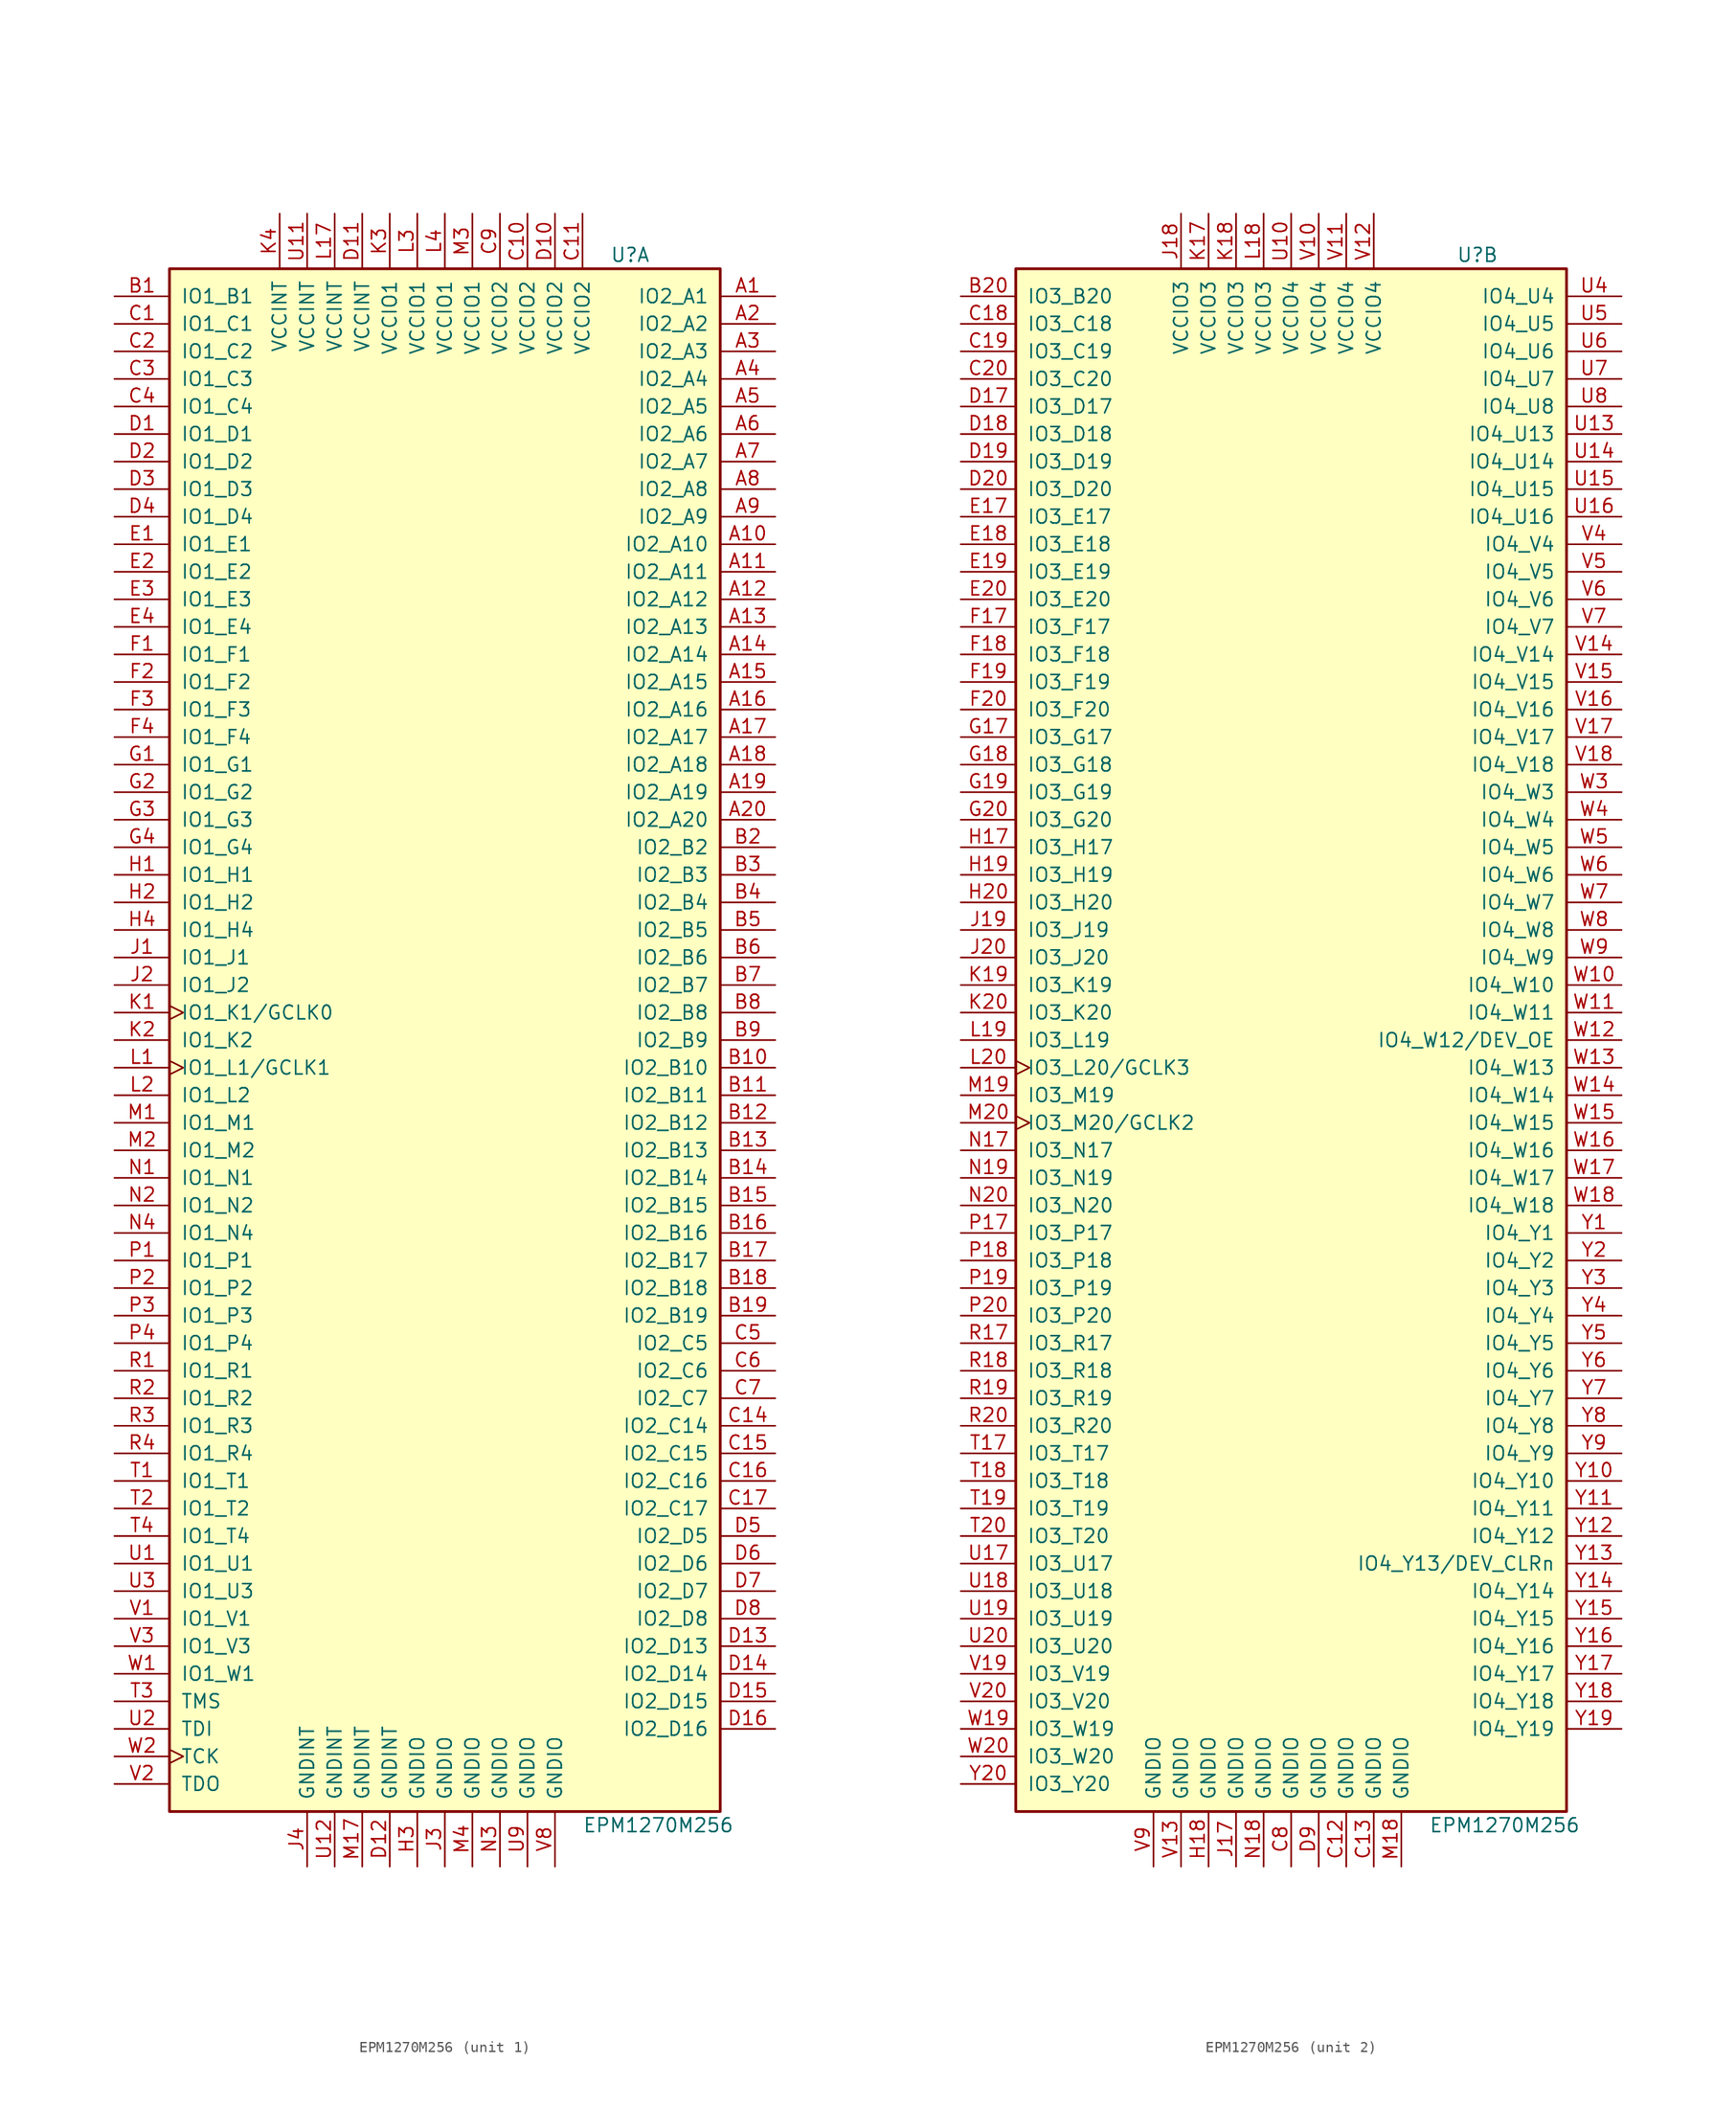
<source format=kicad_sym>
(kicad_symbol_lib
  (version 20241209)
  (generator "kicad_symbol_editor")
  (generator_version "9.0")
  (symbol "EPM1270M256"
    (pin_names
      (offset 1.016))
    (property "Reference" "U"
      (at 15.24 72.39 0)
      (effects (font (size 1.27 1.27)) (justify left)))
    (property "Value" "EPM1270M256"
      (at 12.7 -72.39 0)
      (effects (font (size 1.27 1.27)) (justify left)))
    (property "ki_locked" ""
      (at 0 0 0)
      (effects (font (size 1.27 1.27))))
    (symbol "EPM1270M256_1_1"
      (rectangle (start -25.4 71.12) (end 25.4 -71.12) (stroke (width 0.254) (type default)) (fill (type background)))
      (pin bidirectional line (at -30.48 68.58 0) (length 5.08) (name "IO1_B1" (effects (font (size 1.27 1.27)))) (number "B1" (effects (font (size 1.27 1.27)))))
      (pin bidirectional line (at -30.48 66.04 0) (length 5.08) (name "IO1_C1" (effects (font (size 1.27 1.27)))) (number "C1" (effects (font (size 1.27 1.27)))))
      (pin bidirectional line (at -30.48 63.5 0) (length 5.08) (name "IO1_C2" (effects (font (size 1.27 1.27)))) (number "C2" (effects (font (size 1.27 1.27)))))
      (pin bidirectional line (at -30.48 60.96 0) (length 5.08) (name "IO1_C3" (effects (font (size 1.27 1.27)))) (number "C3" (effects (font (size 1.27 1.27)))))
      (pin bidirectional line (at -30.48 58.42 0) (length 5.08) (name "IO1_C4" (effects (font (size 1.27 1.27)))) (number "C4" (effects (font (size 1.27 1.27)))))
      (pin bidirectional line (at -30.48 55.88 0) (length 5.08) (name "IO1_D1" (effects (font (size 1.27 1.27)))) (number "D1" (effects (font (size 1.27 1.27)))))
      (pin bidirectional line (at -30.48 53.34 0) (length 5.08) (name "IO1_D2" (effects (font (size 1.27 1.27)))) (number "D2" (effects (font (size 1.27 1.27)))))
      (pin bidirectional line (at -30.48 50.8 0) (length 5.08) (name "IO1_D3" (effects (font (size 1.27 1.27)))) (number "D3" (effects (font (size 1.27 1.27)))))
      (pin bidirectional line (at -30.48 48.26 0) (length 5.08) (name "IO1_D4" (effects (font (size 1.27 1.27)))) (number "D4" (effects (font (size 1.27 1.27)))))
      (pin bidirectional line (at -30.48 45.72 0) (length 5.08) (name "IO1_E1" (effects (font (size 1.27 1.27)))) (number "E1" (effects (font (size 1.27 1.27)))))
      (pin bidirectional line (at -30.48 43.18 0) (length 5.08) (name "IO1_E2" (effects (font (size 1.27 1.27)))) (number "E2" (effects (font (size 1.27 1.27)))))
      (pin bidirectional line (at -30.48 40.64 0) (length 5.08) (name "IO1_E3" (effects (font (size 1.27 1.27)))) (number "E3" (effects (font (size 1.27 1.27)))))
      (pin bidirectional line (at -30.48 38.1 0) (length 5.08) (name "IO1_E4" (effects (font (size 1.27 1.27)))) (number "E4" (effects (font (size 1.27 1.27)))))
      (pin bidirectional line (at -30.48 35.56 0) (length 5.08) (name "IO1_F1" (effects (font (size 1.27 1.27)))) (number "F1" (effects (font (size 1.27 1.27)))))
      (pin bidirectional line (at -30.48 33.02 0) (length 5.08) (name "IO1_F2" (effects (font (size 1.27 1.27)))) (number "F2" (effects (font (size 1.27 1.27)))))
      (pin bidirectional line (at -30.48 30.48 0) (length 5.08) (name "IO1_F3" (effects (font (size 1.27 1.27)))) (number "F3" (effects (font (size 1.27 1.27)))))
      (pin bidirectional line (at -30.48 27.94 0) (length 5.08) (name "IO1_F4" (effects (font (size 1.27 1.27)))) (number "F4" (effects (font (size 1.27 1.27)))))
      (pin bidirectional line (at -30.48 25.4 0) (length 5.08) (name "IO1_G1" (effects (font (size 1.27 1.27)))) (number "G1" (effects (font (size 1.27 1.27)))))
      (pin bidirectional line (at -30.48 22.86 0) (length 5.08) (name "IO1_G2" (effects (font (size 1.27 1.27)))) (number "G2" (effects (font (size 1.27 1.27)))))
      (pin bidirectional line (at -30.48 20.32 0) (length 5.08) (name "IO1_G3" (effects (font (size 1.27 1.27)))) (number "G3" (effects (font (size 1.27 1.27)))))
      (pin bidirectional line (at -30.48 17.78 0) (length 5.08) (name "IO1_G4" (effects (font (size 1.27 1.27)))) (number "G4" (effects (font (size 1.27 1.27)))))
      (pin bidirectional line (at -30.48 15.24 0) (length 5.08) (name "IO1_H1" (effects (font (size 1.27 1.27)))) (number "H1" (effects (font (size 1.27 1.27)))))
      (pin bidirectional line (at -30.48 12.7 0) (length 5.08) (name "IO1_H2" (effects (font (size 1.27 1.27)))) (number "H2" (effects (font (size 1.27 1.27)))))
      (pin bidirectional line (at -30.48 10.16 0) (length 5.08) (name "IO1_H4" (effects (font (size 1.27 1.27)))) (number "H4" (effects (font (size 1.27 1.27)))))
      (pin bidirectional line (at -30.48 7.62 0) (length 5.08) (name "IO1_J1" (effects (font (size 1.27 1.27)))) (number "J1" (effects (font (size 1.27 1.27)))))
      (pin bidirectional line (at -30.48 5.08 0) (length 5.08) (name "IO1_J2" (effects (font (size 1.27 1.27)))) (number "J2" (effects (font (size 1.27 1.27)))))
      (pin bidirectional clock (at -30.48 2.54 0) (length 5.08) (name "IO1_K1/GCLK0" (effects (font (size 1.27 1.27)))) (number "K1" (effects (font (size 1.27 1.27)))))
      (pin bidirectional line (at -30.48 0 0) (length 5.08) (name "IO1_K2" (effects (font (size 1.27 1.27)))) (number "K2" (effects (font (size 1.27 1.27)))))
      (pin bidirectional clock (at -30.48 -2.54 0) (length 5.08) (name "IO1_L1/GCLK1" (effects (font (size 1.27 1.27)))) (number "L1" (effects (font (size 1.27 1.27)))))
      (pin bidirectional line (at -30.48 -5.08 0) (length 5.08) (name "IO1_L2" (effects (font (size 1.27 1.27)))) (number "L2" (effects (font (size 1.27 1.27)))))
      (pin bidirectional line (at -30.48 -7.62 0) (length 5.08) (name "IO1_M1" (effects (font (size 1.27 1.27)))) (number "M1" (effects (font (size 1.27 1.27)))))
      (pin bidirectional line (at -30.48 -10.16 0) (length 5.08) (name "IO1_M2" (effects (font (size 1.27 1.27)))) (number "M2" (effects (font (size 1.27 1.27)))))
      (pin bidirectional line (at -30.48 -12.7 0) (length 5.08) (name "IO1_N1" (effects (font (size 1.27 1.27)))) (number "N1" (effects (font (size 1.27 1.27)))))
      (pin bidirectional line (at -30.48 -15.24 0) (length 5.08) (name "IO1_N2" (effects (font (size 1.27 1.27)))) (number "N2" (effects (font (size 1.27 1.27)))))
      (pin bidirectional line (at -30.48 -17.78 0) (length 5.08) (name "IO1_N4" (effects (font (size 1.27 1.27)))) (number "N4" (effects (font (size 1.27 1.27)))))
      (pin bidirectional line (at -30.48 -20.32 0) (length 5.08) (name "IO1_P1" (effects (font (size 1.27 1.27)))) (number "P1" (effects (font (size 1.27 1.27)))))
      (pin bidirectional line (at -30.48 -22.86 0) (length 5.08) (name "IO1_P2" (effects (font (size 1.27 1.27)))) (number "P2" (effects (font (size 1.27 1.27)))))
      (pin bidirectional line (at -30.48 -25.4 0) (length 5.08) (name "IO1_P3" (effects (font (size 1.27 1.27)))) (number "P3" (effects (font (size 1.27 1.27)))))
      (pin bidirectional line (at -30.48 -27.94 0) (length 5.08) (name "IO1_P4" (effects (font (size 1.27 1.27)))) (number "P4" (effects (font (size 1.27 1.27)))))
      (pin bidirectional line (at -30.48 -30.48 0) (length 5.08) (name "IO1_R1" (effects (font (size 1.27 1.27)))) (number "R1" (effects (font (size 1.27 1.27)))))
      (pin bidirectional line (at -30.48 -33.02 0) (length 5.08) (name "IO1_R2" (effects (font (size 1.27 1.27)))) (number "R2" (effects (font (size 1.27 1.27)))))
      (pin bidirectional line (at -30.48 -35.56 0) (length 5.08) (name "IO1_R3" (effects (font (size 1.27 1.27)))) (number "R3" (effects (font (size 1.27 1.27)))))
      (pin bidirectional line (at -30.48 -38.1 0) (length 5.08) (name "IO1_R4" (effects (font (size 1.27 1.27)))) (number "R4" (effects (font (size 1.27 1.27)))))
      (pin bidirectional line (at -30.48 -40.64 0) (length 5.08) (name "IO1_T1" (effects (font (size 1.27 1.27)))) (number "T1" (effects (font (size 1.27 1.27)))))
      (pin bidirectional line (at -30.48 -43.18 0) (length 5.08) (name "IO1_T2" (effects (font (size 1.27 1.27)))) (number "T2" (effects (font (size 1.27 1.27)))))
      (pin bidirectional line (at -30.48 -45.72 0) (length 5.08) (name "IO1_T4" (effects (font (size 1.27 1.27)))) (number "T4" (effects (font (size 1.27 1.27)))))
      (pin bidirectional line (at -30.48 -48.26 0) (length 5.08) (name "IO1_U1" (effects (font (size 1.27 1.27)))) (number "U1" (effects (font (size 1.27 1.27)))))
      (pin bidirectional line (at -30.48 -50.8 0) (length 5.08) (name "IO1_U3" (effects (font (size 1.27 1.27)))) (number "U3" (effects (font (size 1.27 1.27)))))
      (pin bidirectional line (at -30.48 -53.34 0) (length 5.08) (name "IO1_V1" (effects (font (size 1.27 1.27)))) (number "V1" (effects (font (size 1.27 1.27)))))
      (pin bidirectional line (at -30.48 -55.88 0) (length 5.08) (name "IO1_V3" (effects (font (size 1.27 1.27)))) (number "V3" (effects (font (size 1.27 1.27)))))
      (pin bidirectional line (at -30.48 -58.42 0) (length 5.08) (name "IO1_W1" (effects (font (size 1.27 1.27)))) (number "W1" (effects (font (size 1.27 1.27)))))
      (pin input line (at -30.48 -60.96 0) (length 5.08) (name "TMS" (effects (font (size 1.27 1.27)))) (number "T3" (effects (font (size 1.27 1.27)))))
      (pin input line (at -30.48 -63.5 0) (length 5.08) (name "TDI" (effects (font (size 1.27 1.27)))) (number "U2" (effects (font (size 1.27 1.27)))))
      (pin input clock (at -30.48 -66.04 0) (length 5.08) (name "TCK" (effects (font (size 1.27 1.27)))) (number "W2" (effects (font (size 1.27 1.27)))))
      (pin output line (at -30.48 -68.58 0) (length 5.08) (name "TDO" (effects (font (size 1.27 1.27)))) (number "V2" (effects (font (size 1.27 1.27)))))
      (pin power_in line (at -15.24 76.2 270) (length 5.08) (name "VCCINT" (effects (font (size 1.27 1.27)))) (number "K4" (effects (font (size 1.27 1.27)))))
      (pin power_in line (at -12.7 76.2 270) (length 5.08) (name "VCCINT" (effects (font (size 1.27 1.27)))) (number "U11" (effects (font (size 1.27 1.27)))))
      (pin power_in line (at -12.7 -76.2 90) (length 5.08) (name "GNDINT" (effects (font (size 1.27 1.27)))) (number "J4" (effects (font (size 1.27 1.27)))))
      (pin power_in line (at -10.16 76.2 270) (length 5.08) (name "VCCINT" (effects (font (size 1.27 1.27)))) (number "L17" (effects (font (size 1.27 1.27)))))
      (pin power_in line (at -10.16 -76.2 90) (length 5.08) (name "GNDINT" (effects (font (size 1.27 1.27)))) (number "U12" (effects (font (size 1.27 1.27)))))
      (pin power_in line (at -7.62 76.2 270) (length 5.08) (name "VCCINT" (effects (font (size 1.27 1.27)))) (number "D11" (effects (font (size 1.27 1.27)))))
      (pin power_in line (at -7.62 -76.2 90) (length 5.08) (name "GNDINT" (effects (font (size 1.27 1.27)))) (number "M17" (effects (font (size 1.27 1.27)))))
      (pin power_in line (at -5.08 76.2 270) (length 5.08) (name "VCCIO1" (effects (font (size 1.27 1.27)))) (number "K3" (effects (font (size 1.27 1.27)))))
      (pin power_in line (at -5.08 -76.2 90) (length 5.08) (name "GNDINT" (effects (font (size 1.27 1.27)))) (number "D12" (effects (font (size 1.27 1.27)))))
      (pin power_in line (at -2.54 76.2 270) (length 5.08) (name "VCCIO1" (effects (font (size 1.27 1.27)))) (number "L3" (effects (font (size 1.27 1.27)))))
      (pin power_in line (at -2.54 -76.2 90) (length 5.08) (name "GNDIO" (effects (font (size 1.27 1.27)))) (number "H3" (effects (font (size 1.27 1.27)))))
      (pin power_in line (at 0 76.2 270) (length 5.08) (name "VCCIO1" (effects (font (size 1.27 1.27)))) (number "L4" (effects (font (size 1.27 1.27)))))
      (pin power_in line (at 0 -76.2 90) (length 5.08) (name "GNDIO" (effects (font (size 1.27 1.27)))) (number "J3" (effects (font (size 1.27 1.27)))))
      (pin power_in line (at 2.54 76.2 270) (length 5.08) (name "VCCIO1" (effects (font (size 1.27 1.27)))) (number "M3" (effects (font (size 1.27 1.27)))))
      (pin power_in line (at 2.54 -76.2 90) (length 5.08) (name "GNDIO" (effects (font (size 1.27 1.27)))) (number "M4" (effects (font (size 1.27 1.27)))))
      (pin power_in line (at 5.08 76.2 270) (length 5.08) (name "VCCIO2" (effects (font (size 1.27 1.27)))) (number "C9" (effects (font (size 1.27 1.27)))))
      (pin power_in line (at 5.08 -76.2 90) (length 5.08) (name "GNDIO" (effects (font (size 1.27 1.27)))) (number "N3" (effects (font (size 1.27 1.27)))))
      (pin power_in line (at 7.62 76.2 270) (length 5.08) (name "VCCIO2" (effects (font (size 1.27 1.27)))) (number "C10" (effects (font (size 1.27 1.27)))))
      (pin power_in line (at 7.62 -76.2 90) (length 5.08) (name "GNDIO" (effects (font (size 1.27 1.27)))) (number "U9" (effects (font (size 1.27 1.27)))))
      (pin power_in line (at 10.16 76.2 270) (length 5.08) (name "VCCIO2" (effects (font (size 1.27 1.27)))) (number "D10" (effects (font (size 1.27 1.27)))))
      (pin power_in line (at 10.16 -76.2 90) (length 5.08) (name "GNDIO" (effects (font (size 1.27 1.27)))) (number "V8" (effects (font (size 1.27 1.27)))))
      (pin power_in line (at 12.7 76.2 270) (length 5.08) (name "VCCIO2" (effects (font (size 1.27 1.27)))) (number "C11" (effects (font (size 1.27 1.27)))))
      (pin bidirectional line (at 30.48 68.58 180) (length 5.08) (name "IO2_A1" (effects (font (size 1.27 1.27)))) (number "A1" (effects (font (size 1.27 1.27)))))
      (pin bidirectional line (at 30.48 66.04 180) (length 5.08) (name "IO2_A2" (effects (font (size 1.27 1.27)))) (number "A2" (effects (font (size 1.27 1.27)))))
      (pin bidirectional line (at 30.48 63.5 180) (length 5.08) (name "IO2_A3" (effects (font (size 1.27 1.27)))) (number "A3" (effects (font (size 1.27 1.27)))))
      (pin bidirectional line (at 30.48 60.96 180) (length 5.08) (name "IO2_A4" (effects (font (size 1.27 1.27)))) (number "A4" (effects (font (size 1.27 1.27)))))
      (pin bidirectional line (at 30.48 58.42 180) (length 5.08) (name "IO2_A5" (effects (font (size 1.27 1.27)))) (number "A5" (effects (font (size 1.27 1.27)))))
      (pin bidirectional line (at 30.48 55.88 180) (length 5.08) (name "IO2_A6" (effects (font (size 1.27 1.27)))) (number "A6" (effects (font (size 1.27 1.27)))))
      (pin bidirectional line (at 30.48 53.34 180) (length 5.08) (name "IO2_A7" (effects (font (size 1.27 1.27)))) (number "A7" (effects (font (size 1.27 1.27)))))
      (pin bidirectional line (at 30.48 50.8 180) (length 5.08) (name "IO2_A8" (effects (font (size 1.27 1.27)))) (number "A8" (effects (font (size 1.27 1.27)))))
      (pin bidirectional line (at 30.48 48.26 180) (length 5.08) (name "IO2_A9" (effects (font (size 1.27 1.27)))) (number "A9" (effects (font (size 1.27 1.27)))))
      (pin bidirectional line (at 30.48 45.72 180) (length 5.08) (name "IO2_A10" (effects (font (size 1.27 1.27)))) (number "A10" (effects (font (size 1.27 1.27)))))
      (pin bidirectional line (at 30.48 43.18 180) (length 5.08) (name "IO2_A11" (effects (font (size 1.27 1.27)))) (number "A11" (effects (font (size 1.27 1.27)))))
      (pin bidirectional line (at 30.48 40.64 180) (length 5.08) (name "IO2_A12" (effects (font (size 1.27 1.27)))) (number "A12" (effects (font (size 1.27 1.27)))))
      (pin bidirectional line (at 30.48 38.1 180) (length 5.08) (name "IO2_A13" (effects (font (size 1.27 1.27)))) (number "A13" (effects (font (size 1.27 1.27)))))
      (pin bidirectional line (at 30.48 35.56 180) (length 5.08) (name "IO2_A14" (effects (font (size 1.27 1.27)))) (number "A14" (effects (font (size 1.27 1.27)))))
      (pin bidirectional line (at 30.48 33.02 180) (length 5.08) (name "IO2_A15" (effects (font (size 1.27 1.27)))) (number "A15" (effects (font (size 1.27 1.27)))))
      (pin bidirectional line (at 30.48 30.48 180) (length 5.08) (name "IO2_A16" (effects (font (size 1.27 1.27)))) (number "A16" (effects (font (size 1.27 1.27)))))
      (pin bidirectional line (at 30.48 27.94 180) (length 5.08) (name "IO2_A17" (effects (font (size 1.27 1.27)))) (number "A17" (effects (font (size 1.27 1.27)))))
      (pin bidirectional line (at 30.48 25.4 180) (length 5.08) (name "IO2_A18" (effects (font (size 1.27 1.27)))) (number "A18" (effects (font (size 1.27 1.27)))))
      (pin bidirectional line (at 30.48 22.86 180) (length 5.08) (name "IO2_A19" (effects (font (size 1.27 1.27)))) (number "A19" (effects (font (size 1.27 1.27)))))
      (pin bidirectional line (at 30.48 20.32 180) (length 5.08) (name "IO2_A20" (effects (font (size 1.27 1.27)))) (number "A20" (effects (font (size 1.27 1.27)))))
      (pin bidirectional line (at 30.48 17.78 180) (length 5.08) (name "IO2_B2" (effects (font (size 1.27 1.27)))) (number "B2" (effects (font (size 1.27 1.27)))))
      (pin bidirectional line (at 30.48 15.24 180) (length 5.08) (name "IO2_B3" (effects (font (size 1.27 1.27)))) (number "B3" (effects (font (size 1.27 1.27)))))
      (pin bidirectional line (at 30.48 12.7 180) (length 5.08) (name "IO2_B4" (effects (font (size 1.27 1.27)))) (number "B4" (effects (font (size 1.27 1.27)))))
      (pin bidirectional line (at 30.48 10.16 180) (length 5.08) (name "IO2_B5" (effects (font (size 1.27 1.27)))) (number "B5" (effects (font (size 1.27 1.27)))))
      (pin bidirectional line (at 30.48 7.62 180) (length 5.08) (name "IO2_B6" (effects (font (size 1.27 1.27)))) (number "B6" (effects (font (size 1.27 1.27)))))
      (pin bidirectional line (at 30.48 5.08 180) (length 5.08) (name "IO2_B7" (effects (font (size 1.27 1.27)))) (number "B7" (effects (font (size 1.27 1.27)))))
      (pin bidirectional line (at 30.48 2.54 180) (length 5.08) (name "IO2_B8" (effects (font (size 1.27 1.27)))) (number "B8" (effects (font (size 1.27 1.27)))))
      (pin bidirectional line (at 30.48 0 180) (length 5.08) (name "IO2_B9" (effects (font (size 1.27 1.27)))) (number "B9" (effects (font (size 1.27 1.27)))))
      (pin bidirectional line (at 30.48 -2.54 180) (length 5.08) (name "IO2_B10" (effects (font (size 1.27 1.27)))) (number "B10" (effects (font (size 1.27 1.27)))))
      (pin bidirectional line (at 30.48 -5.08 180) (length 5.08) (name "IO2_B11" (effects (font (size 1.27 1.27)))) (number "B11" (effects (font (size 1.27 1.27)))))
      (pin bidirectional line (at 30.48 -7.62 180) (length 5.08) (name "IO2_B12" (effects (font (size 1.27 1.27)))) (number "B12" (effects (font (size 1.27 1.27)))))
      (pin bidirectional line (at 30.48 -10.16 180) (length 5.08) (name "IO2_B13" (effects (font (size 1.27 1.27)))) (number "B13" (effects (font (size 1.27 1.27)))))
      (pin bidirectional line (at 30.48 -12.7 180) (length 5.08) (name "IO2_B14" (effects (font (size 1.27 1.27)))) (number "B14" (effects (font (size 1.27 1.27)))))
      (pin bidirectional line (at 30.48 -15.24 180) (length 5.08) (name "IO2_B15" (effects (font (size 1.27 1.27)))) (number "B15" (effects (font (size 1.27 1.27)))))
      (pin bidirectional line (at 30.48 -17.78 180) (length 5.08) (name "IO2_B16" (effects (font (size 1.27 1.27)))) (number "B16" (effects (font (size 1.27 1.27)))))
      (pin bidirectional line (at 30.48 -20.32 180) (length 5.08) (name "IO2_B17" (effects (font (size 1.27 1.27)))) (number "B17" (effects (font (size 1.27 1.27)))))
      (pin bidirectional line (at 30.48 -22.86 180) (length 5.08) (name "IO2_B18" (effects (font (size 1.27 1.27)))) (number "B18" (effects (font (size 1.27 1.27)))))
      (pin bidirectional line (at 30.48 -25.4 180) (length 5.08) (name "IO2_B19" (effects (font (size 1.27 1.27)))) (number "B19" (effects (font (size 1.27 1.27)))))
      (pin bidirectional line (at 30.48 -27.94 180) (length 5.08) (name "IO2_C5" (effects (font (size 1.27 1.27)))) (number "C5" (effects (font (size 1.27 1.27)))))
      (pin bidirectional line (at 30.48 -30.48 180) (length 5.08) (name "IO2_C6" (effects (font (size 1.27 1.27)))) (number "C6" (effects (font (size 1.27 1.27)))))
      (pin bidirectional line (at 30.48 -33.02 180) (length 5.08) (name "IO2_C7" (effects (font (size 1.27 1.27)))) (number "C7" (effects (font (size 1.27 1.27)))))
      (pin bidirectional line (at 30.48 -35.56 180) (length 5.08) (name "IO2_C14" (effects (font (size 1.27 1.27)))) (number "C14" (effects (font (size 1.27 1.27)))))
      (pin bidirectional line (at 30.48 -38.1 180) (length 5.08) (name "IO2_C15" (effects (font (size 1.27 1.27)))) (number "C15" (effects (font (size 1.27 1.27)))))
      (pin bidirectional line (at 30.48 -40.64 180) (length 5.08) (name "IO2_C16" (effects (font (size 1.27 1.27)))) (number "C16" (effects (font (size 1.27 1.27)))))
      (pin bidirectional line (at 30.48 -43.18 180) (length 5.08) (name "IO2_C17" (effects (font (size 1.27 1.27)))) (number "C17" (effects (font (size 1.27 1.27)))))
      (pin bidirectional line (at 30.48 -45.72 180) (length 5.08) (name "IO2_D5" (effects (font (size 1.27 1.27)))) (number "D5" (effects (font (size 1.27 1.27)))))
      (pin bidirectional line (at 30.48 -48.26 180) (length 5.08) (name "IO2_D6" (effects (font (size 1.27 1.27)))) (number "D6" (effects (font (size 1.27 1.27)))))
      (pin bidirectional line (at 30.48 -50.8 180) (length 5.08) (name "IO2_D7" (effects (font (size 1.27 1.27)))) (number "D7" (effects (font (size 1.27 1.27)))))
      (pin bidirectional line (at 30.48 -53.34 180) (length 5.08) (name "IO2_D8" (effects (font (size 1.27 1.27)))) (number "D8" (effects (font (size 1.27 1.27)))))
      (pin bidirectional line (at 30.48 -55.88 180) (length 5.08) (name "IO2_D13" (effects (font (size 1.27 1.27)))) (number "D13" (effects (font (size 1.27 1.27)))))
      (pin bidirectional line (at 30.48 -58.42 180) (length 5.08) (name "IO2_D14" (effects (font (size 1.27 1.27)))) (number "D14" (effects (font (size 1.27 1.27)))))
      (pin bidirectional line (at 30.48 -60.96 180) (length 5.08) (name "IO2_D15" (effects (font (size 1.27 1.27)))) (number "D15" (effects (font (size 1.27 1.27)))))
      (pin bidirectional line (at 30.48 -63.5 180) (length 5.08) (name "IO2_D16" (effects (font (size 1.27 1.27)))) (number "D16" (effects (font (size 1.27 1.27))))))
    (symbol "EPM1270M256_2_1"
      (rectangle (start -25.4 71.12) (end 25.4 -71.12) (stroke (width 0.254) (type default)) (fill (type background)))
      (pin bidirectional line (at -30.48 68.58 0) (length 5.08) (name "IO3_B20" (effects (font (size 1.27 1.27)))) (number "B20" (effects (font (size 1.27 1.27)))))
      (pin bidirectional line (at -30.48 66.04 0) (length 5.08) (name "IO3_C18" (effects (font (size 1.27 1.27)))) (number "C18" (effects (font (size 1.27 1.27)))))
      (pin bidirectional line (at -30.48 63.5 0) (length 5.08) (name "IO3_C19" (effects (font (size 1.27 1.27)))) (number "C19" (effects (font (size 1.27 1.27)))))
      (pin bidirectional line (at -30.48 60.96 0) (length 5.08) (name "IO3_C20" (effects (font (size 1.27 1.27)))) (number "C20" (effects (font (size 1.27 1.27)))))
      (pin bidirectional line (at -30.48 58.42 0) (length 5.08) (name "IO3_D17" (effects (font (size 1.27 1.27)))) (number "D17" (effects (font (size 1.27 1.27)))))
      (pin bidirectional line (at -30.48 55.88 0) (length 5.08) (name "IO3_D18" (effects (font (size 1.27 1.27)))) (number "D18" (effects (font (size 1.27 1.27)))))
      (pin bidirectional line (at -30.48 53.34 0) (length 5.08) (name "IO3_D19" (effects (font (size 1.27 1.27)))) (number "D19" (effects (font (size 1.27 1.27)))))
      (pin bidirectional line (at -30.48 50.8 0) (length 5.08) (name "IO3_D20" (effects (font (size 1.27 1.27)))) (number "D20" (effects (font (size 1.27 1.27)))))
      (pin bidirectional line (at -30.48 48.26 0) (length 5.08) (name "IO3_E17" (effects (font (size 1.27 1.27)))) (number "E17" (effects (font (size 1.27 1.27)))))
      (pin bidirectional line (at -30.48 45.72 0) (length 5.08) (name "IO3_E18" (effects (font (size 1.27 1.27)))) (number "E18" (effects (font (size 1.27 1.27)))))
      (pin bidirectional line (at -30.48 43.18 0) (length 5.08) (name "IO3_E19" (effects (font (size 1.27 1.27)))) (number "E19" (effects (font (size 1.27 1.27)))))
      (pin bidirectional line (at -30.48 40.64 0) (length 5.08) (name "IO3_E20" (effects (font (size 1.27 1.27)))) (number "E20" (effects (font (size 1.27 1.27)))))
      (pin bidirectional line (at -30.48 38.1 0) (length 5.08) (name "IO3_F17" (effects (font (size 1.27 1.27)))) (number "F17" (effects (font (size 1.27 1.27)))))
      (pin bidirectional line (at -30.48 35.56 0) (length 5.08) (name "IO3_F18" (effects (font (size 1.27 1.27)))) (number "F18" (effects (font (size 1.27 1.27)))))
      (pin bidirectional line (at -30.48 33.02 0) (length 5.08) (name "IO3_F19" (effects (font (size 1.27 1.27)))) (number "F19" (effects (font (size 1.27 1.27)))))
      (pin bidirectional line (at -30.48 30.48 0) (length 5.08) (name "IO3_F20" (effects (font (size 1.27 1.27)))) (number "F20" (effects (font (size 1.27 1.27)))))
      (pin bidirectional line (at -30.48 27.94 0) (length 5.08) (name "IO3_G17" (effects (font (size 1.27 1.27)))) (number "G17" (effects (font (size 1.27 1.27)))))
      (pin bidirectional line (at -30.48 25.4 0) (length 5.08) (name "IO3_G18" (effects (font (size 1.27 1.27)))) (number "G18" (effects (font (size 1.27 1.27)))))
      (pin bidirectional line (at -30.48 22.86 0) (length 5.08) (name "IO3_G19" (effects (font (size 1.27 1.27)))) (number "G19" (effects (font (size 1.27 1.27)))))
      (pin bidirectional line (at -30.48 20.32 0) (length 5.08) (name "IO3_G20" (effects (font (size 1.27 1.27)))) (number "G20" (effects (font (size 1.27 1.27)))))
      (pin bidirectional line (at -30.48 17.78 0) (length 5.08) (name "IO3_H17" (effects (font (size 1.27 1.27)))) (number "H17" (effects (font (size 1.27 1.27)))))
      (pin bidirectional line (at -30.48 15.24 0) (length 5.08) (name "IO3_H19" (effects (font (size 1.27 1.27)))) (number "H19" (effects (font (size 1.27 1.27)))))
      (pin bidirectional line (at -30.48 12.7 0) (length 5.08) (name "IO3_H20" (effects (font (size 1.27 1.27)))) (number "H20" (effects (font (size 1.27 1.27)))))
      (pin bidirectional line (at -30.48 10.16 0) (length 5.08) (name "IO3_J19" (effects (font (size 1.27 1.27)))) (number "J19" (effects (font (size 1.27 1.27)))))
      (pin bidirectional line (at -30.48 7.62 0) (length 5.08) (name "IO3_J20" (effects (font (size 1.27 1.27)))) (number "J20" (effects (font (size 1.27 1.27)))))
      (pin bidirectional line (at -30.48 5.08 0) (length 5.08) (name "IO3_K19" (effects (font (size 1.27 1.27)))) (number "K19" (effects (font (size 1.27 1.27)))))
      (pin bidirectional line (at -30.48 2.54 0) (length 5.08) (name "IO3_K20" (effects (font (size 1.27 1.27)))) (number "K20" (effects (font (size 1.27 1.27)))))
      (pin bidirectional line (at -30.48 0 0) (length 5.08) (name "IO3_L19" (effects (font (size 1.27 1.27)))) (number "L19" (effects (font (size 1.27 1.27)))))
      (pin bidirectional clock (at -30.48 -2.54 0) (length 5.08) (name "IO3_L20/GCLK3" (effects (font (size 1.27 1.27)))) (number "L20" (effects (font (size 1.27 1.27)))))
      (pin bidirectional line (at -30.48 -5.08 0) (length 5.08) (name "IO3_M19" (effects (font (size 1.27 1.27)))) (number "M19" (effects (font (size 1.27 1.27)))))
      (pin bidirectional clock (at -30.48 -7.62 0) (length 5.08) (name "IO3_M20/GCLK2" (effects (font (size 1.27 1.27)))) (number "M20" (effects (font (size 1.27 1.27)))))
      (pin bidirectional line (at -30.48 -10.16 0) (length 5.08) (name "IO3_N17" (effects (font (size 1.27 1.27)))) (number "N17" (effects (font (size 1.27 1.27)))))
      (pin bidirectional line (at -30.48 -12.7 0) (length 5.08) (name "IO3_N19" (effects (font (size 1.27 1.27)))) (number "N19" (effects (font (size 1.27 1.27)))))
      (pin bidirectional line (at -30.48 -15.24 0) (length 5.08) (name "IO3_N20" (effects (font (size 1.27 1.27)))) (number "N20" (effects (font (size 1.27 1.27)))))
      (pin bidirectional line (at -30.48 -17.78 0) (length 5.08) (name "IO3_P17" (effects (font (size 1.27 1.27)))) (number "P17" (effects (font (size 1.27 1.27)))))
      (pin bidirectional line (at -30.48 -20.32 0) (length 5.08) (name "IO3_P18" (effects (font (size 1.27 1.27)))) (number "P18" (effects (font (size 1.27 1.27)))))
      (pin bidirectional line (at -30.48 -22.86 0) (length 5.08) (name "IO3_P19" (effects (font (size 1.27 1.27)))) (number "P19" (effects (font (size 1.27 1.27)))))
      (pin bidirectional line (at -30.48 -25.4 0) (length 5.08) (name "IO3_P20" (effects (font (size 1.27 1.27)))) (number "P20" (effects (font (size 1.27 1.27)))))
      (pin bidirectional line (at -30.48 -27.94 0) (length 5.08) (name "IO3_R17" (effects (font (size 1.27 1.27)))) (number "R17" (effects (font (size 1.27 1.27)))))
      (pin bidirectional line (at -30.48 -30.48 0) (length 5.08) (name "IO3_R18" (effects (font (size 1.27 1.27)))) (number "R18" (effects (font (size 1.27 1.27)))))
      (pin bidirectional line (at -30.48 -33.02 0) (length 5.08) (name "IO3_R19" (effects (font (size 1.27 1.27)))) (number "R19" (effects (font (size 1.27 1.27)))))
      (pin bidirectional line (at -30.48 -35.56 0) (length 5.08) (name "IO3_R20" (effects (font (size 1.27 1.27)))) (number "R20" (effects (font (size 1.27 1.27)))))
      (pin bidirectional line (at -30.48 -38.1 0) (length 5.08) (name "IO3_T17" (effects (font (size 1.27 1.27)))) (number "T17" (effects (font (size 1.27 1.27)))))
      (pin bidirectional line (at -30.48 -40.64 0) (length 5.08) (name "IO3_T18" (effects (font (size 1.27 1.27)))) (number "T18" (effects (font (size 1.27 1.27)))))
      (pin bidirectional line (at -30.48 -43.18 0) (length 5.08) (name "IO3_T19" (effects (font (size 1.27 1.27)))) (number "T19" (effects (font (size 1.27 1.27)))))
      (pin bidirectional line (at -30.48 -45.72 0) (length 5.08) (name "IO3_T20" (effects (font (size 1.27 1.27)))) (number "T20" (effects (font (size 1.27 1.27)))))
      (pin bidirectional line (at -30.48 -48.26 0) (length 5.08) (name "IO3_U17" (effects (font (size 1.27 1.27)))) (number "U17" (effects (font (size 1.27 1.27)))))
      (pin bidirectional line (at -30.48 -50.8 0) (length 5.08) (name "IO3_U18" (effects (font (size 1.27 1.27)))) (number "U18" (effects (font (size 1.27 1.27)))))
      (pin bidirectional line (at -30.48 -53.34 0) (length 5.08) (name "IO3_U19" (effects (font (size 1.27 1.27)))) (number "U19" (effects (font (size 1.27 1.27)))))
      (pin bidirectional line (at -30.48 -55.88 0) (length 5.08) (name "IO3_U20" (effects (font (size 1.27 1.27)))) (number "U20" (effects (font (size 1.27 1.27)))))
      (pin bidirectional line (at -30.48 -58.42 0) (length 5.08) (name "IO3_V19" (effects (font (size 1.27 1.27)))) (number "V19" (effects (font (size 1.27 1.27)))))
      (pin bidirectional line (at -30.48 -60.96 0) (length 5.08) (name "IO3_V20" (effects (font (size 1.27 1.27)))) (number "V20" (effects (font (size 1.27 1.27)))))
      (pin bidirectional line (at -30.48 -63.5 0) (length 5.08) (name "IO3_W19" (effects (font (size 1.27 1.27)))) (number "W19" (effects (font (size 1.27 1.27)))))
      (pin bidirectional line (at -30.48 -66.04 0) (length 5.08) (name "IO3_W20" (effects (font (size 1.27 1.27)))) (number "W20" (effects (font (size 1.27 1.27)))))
      (pin bidirectional line (at -30.48 -68.58 0) (length 5.08) (name "IO3_Y20" (effects (font (size 1.27 1.27)))) (number "Y20" (effects (font (size 1.27 1.27)))))
      (pin power_in line (at -12.7 -76.2 90) (length 5.08) (name "GNDIO" (effects (font (size 1.27 1.27)))) (number "V9" (effects (font (size 1.27 1.27)))))
      (pin power_in line (at -10.16 76.2 270) (length 5.08) (name "VCCIO3" (effects (font (size 1.27 1.27)))) (number "J18" (effects (font (size 1.27 1.27)))))
      (pin power_in line (at -10.16 -76.2 90) (length 5.08) (name "GNDIO" (effects (font (size 1.27 1.27)))) (number "V13" (effects (font (size 1.27 1.27)))))
      (pin power_in line (at -7.62 76.2 270) (length 5.08) (name "VCCIO3" (effects (font (size 1.27 1.27)))) (number "K17" (effects (font (size 1.27 1.27)))))
      (pin power_in line (at -7.62 -76.2 90) (length 5.08) (name "GNDIO" (effects (font (size 1.27 1.27)))) (number "H18" (effects (font (size 1.27 1.27)))))
      (pin power_in line (at -5.08 76.2 270) (length 5.08) (name "VCCIO3" (effects (font (size 1.27 1.27)))) (number "K18" (effects (font (size 1.27 1.27)))))
      (pin power_in line (at -5.08 -76.2 90) (length 5.08) (name "GNDIO" (effects (font (size 1.27 1.27)))) (number "J17" (effects (font (size 1.27 1.27)))))
      (pin power_in line (at -2.54 76.2 270) (length 5.08) (name "VCCIO3" (effects (font (size 1.27 1.27)))) (number "L18" (effects (font (size 1.27 1.27)))))
      (pin power_in line (at -2.54 -76.2 90) (length 5.08) (name "GNDIO" (effects (font (size 1.27 1.27)))) (number "N18" (effects (font (size 1.27 1.27)))))
      (pin power_in line (at 0 76.2 270) (length 5.08) (name "VCCIO4" (effects (font (size 1.27 1.27)))) (number "U10" (effects (font (size 1.27 1.27)))))
      (pin power_in line (at 0 -76.2 90) (length 5.08) (name "GNDIO" (effects (font (size 1.27 1.27)))) (number "C8" (effects (font (size 1.27 1.27)))))
      (pin power_in line (at 2.54 76.2 270) (length 5.08) (name "VCCIO4" (effects (font (size 1.27 1.27)))) (number "V10" (effects (font (size 1.27 1.27)))))
      (pin power_in line (at 2.54 -76.2 90) (length 5.08) (name "GNDIO" (effects (font (size 1.27 1.27)))) (number "D9" (effects (font (size 1.27 1.27)))))
      (pin power_in line (at 5.08 76.2 270) (length 5.08) (name "VCCIO4" (effects (font (size 1.27 1.27)))) (number "V11" (effects (font (size 1.27 1.27)))))
      (pin power_in line (at 5.08 -76.2 90) (length 5.08) (name "GNDIO" (effects (font (size 1.27 1.27)))) (number "C12" (effects (font (size 1.27 1.27)))))
      (pin power_in line (at 7.62 76.2 270) (length 5.08) (name "VCCIO4" (effects (font (size 1.27 1.27)))) (number "V12" (effects (font (size 1.27 1.27)))))
      (pin power_in line (at 7.62 -76.2 90) (length 5.08) (name "GNDIO" (effects (font (size 1.27 1.27)))) (number "C13" (effects (font (size 1.27 1.27)))))
      (pin power_in line (at 10.16 -76.2 90) (length 5.08) (name "GNDIO" (effects (font (size 1.27 1.27)))) (number "M18" (effects (font (size 1.27 1.27)))))
      (pin bidirectional line (at 30.48 68.58 180) (length 5.08) (name "IO4_U4" (effects (font (size 1.27 1.27)))) (number "U4" (effects (font (size 1.27 1.27)))))
      (pin bidirectional line (at 30.48 66.04 180) (length 5.08) (name "IO4_U5" (effects (font (size 1.27 1.27)))) (number "U5" (effects (font (size 1.27 1.27)))))
      (pin bidirectional line (at 30.48 63.5 180) (length 5.08) (name "IO4_U6" (effects (font (size 1.27 1.27)))) (number "U6" (effects (font (size 1.27 1.27)))))
      (pin bidirectional line (at 30.48 60.96 180) (length 5.08) (name "IO4_U7" (effects (font (size 1.27 1.27)))) (number "U7" (effects (font (size 1.27 1.27)))))
      (pin bidirectional line (at 30.48 58.42 180) (length 5.08) (name "IO4_U8" (effects (font (size 1.27 1.27)))) (number "U8" (effects (font (size 1.27 1.27)))))
      (pin bidirectional line (at 30.48 55.88 180) (length 5.08) (name "IO4_U13" (effects (font (size 1.27 1.27)))) (number "U13" (effects (font (size 1.27 1.27)))))
      (pin bidirectional line (at 30.48 53.34 180) (length 5.08) (name "IO4_U14" (effects (font (size 1.27 1.27)))) (number "U14" (effects (font (size 1.27 1.27)))))
      (pin bidirectional line (at 30.48 50.8 180) (length 5.08) (name "IO4_U15" (effects (font (size 1.27 1.27)))) (number "U15" (effects (font (size 1.27 1.27)))))
      (pin bidirectional line (at 30.48 48.26 180) (length 5.08) (name "IO4_U16" (effects (font (size 1.27 1.27)))) (number "U16" (effects (font (size 1.27 1.27)))))
      (pin bidirectional line (at 30.48 45.72 180) (length 5.08) (name "IO4_V4" (effects (font (size 1.27 1.27)))) (number "V4" (effects (font (size 1.27 1.27)))))
      (pin bidirectional line (at 30.48 43.18 180) (length 5.08) (name "IO4_V5" (effects (font (size 1.27 1.27)))) (number "V5" (effects (font (size 1.27 1.27)))))
      (pin bidirectional line (at 30.48 40.64 180) (length 5.08) (name "IO4_V6" (effects (font (size 1.27 1.27)))) (number "V6" (effects (font (size 1.27 1.27)))))
      (pin bidirectional line (at 30.48 38.1 180) (length 5.08) (name "IO4_V7" (effects (font (size 1.27 1.27)))) (number "V7" (effects (font (size 1.27 1.27)))))
      (pin bidirectional line (at 30.48 35.56 180) (length 5.08) (name "IO4_V14" (effects (font (size 1.27 1.27)))) (number "V14" (effects (font (size 1.27 1.27)))))
      (pin bidirectional line (at 30.48 33.02 180) (length 5.08) (name "IO4_V15" (effects (font (size 1.27 1.27)))) (number "V15" (effects (font (size 1.27 1.27)))))
      (pin bidirectional line (at 30.48 30.48 180) (length 5.08) (name "IO4_V16" (effects (font (size 1.27 1.27)))) (number "V16" (effects (font (size 1.27 1.27)))))
      (pin bidirectional line (at 30.48 27.94 180) (length 5.08) (name "IO4_V17" (effects (font (size 1.27 1.27)))) (number "V17" (effects (font (size 1.27 1.27)))))
      (pin bidirectional line (at 30.48 25.4 180) (length 5.08) (name "IO4_V18" (effects (font (size 1.27 1.27)))) (number "V18" (effects (font (size 1.27 1.27)))))
      (pin bidirectional line (at 30.48 22.86 180) (length 5.08) (name "IO4_W3" (effects (font (size 1.27 1.27)))) (number "W3" (effects (font (size 1.27 1.27)))))
      (pin bidirectional line (at 30.48 20.32 180) (length 5.08) (name "IO4_W4" (effects (font (size 1.27 1.27)))) (number "W4" (effects (font (size 1.27 1.27)))))
      (pin bidirectional line (at 30.48 17.78 180) (length 5.08) (name "IO4_W5" (effects (font (size 1.27 1.27)))) (number "W5" (effects (font (size 1.27 1.27)))))
      (pin bidirectional line (at 30.48 15.24 180) (length 5.08) (name "IO4_W6" (effects (font (size 1.27 1.27)))) (number "W6" (effects (font (size 1.27 1.27)))))
      (pin bidirectional line (at 30.48 12.7 180) (length 5.08) (name "IO4_W7" (effects (font (size 1.27 1.27)))) (number "W7" (effects (font (size 1.27 1.27)))))
      (pin bidirectional line (at 30.48 10.16 180) (length 5.08) (name "IO4_W8" (effects (font (size 1.27 1.27)))) (number "W8" (effects (font (size 1.27 1.27)))))
      (pin bidirectional line (at 30.48 7.62 180) (length 5.08) (name "IO4_W9" (effects (font (size 1.27 1.27)))) (number "W9" (effects (font (size 1.27 1.27)))))
      (pin bidirectional line (at 30.48 5.08 180) (length 5.08) (name "IO4_W10" (effects (font (size 1.27 1.27)))) (number "W10" (effects (font (size 1.27 1.27)))))
      (pin bidirectional line (at 30.48 2.54 180) (length 5.08) (name "IO4_W11" (effects (font (size 1.27 1.27)))) (number "W11" (effects (font (size 1.27 1.27)))))
      (pin bidirectional line (at 30.48 0 180) (length 5.08) (name "IO4_W12/DEV_OE" (effects (font (size 1.27 1.27)))) (number "W12" (effects (font (size 1.27 1.27)))))
      (pin bidirectional line (at 30.48 -2.54 180) (length 5.08) (name "IO4_W13" (effects (font (size 1.27 1.27)))) (number "W13" (effects (font (size 1.27 1.27)))))
      (pin bidirectional line (at 30.48 -5.08 180) (length 5.08) (name "IO4_W14" (effects (font (size 1.27 1.27)))) (number "W14" (effects (font (size 1.27 1.27)))))
      (pin bidirectional line (at 30.48 -7.62 180) (length 5.08) (name "IO4_W15" (effects (font (size 1.27 1.27)))) (number "W15" (effects (font (size 1.27 1.27)))))
      (pin bidirectional line (at 30.48 -10.16 180) (length 5.08) (name "IO4_W16" (effects (font (size 1.27 1.27)))) (number "W16" (effects (font (size 1.27 1.27)))))
      (pin bidirectional line (at 30.48 -12.7 180) (length 5.08) (name "IO4_W17" (effects (font (size 1.27 1.27)))) (number "W17" (effects (font (size 1.27 1.27)))))
      (pin bidirectional line (at 30.48 -15.24 180) (length 5.08) (name "IO4_W18" (effects (font (size 1.27 1.27)))) (number "W18" (effects (font (size 1.27 1.27)))))
      (pin bidirectional line (at 30.48 -17.78 180) (length 5.08) (name "IO4_Y1" (effects (font (size 1.27 1.27)))) (number "Y1" (effects (font (size 1.27 1.27)))))
      (pin bidirectional line (at 30.48 -20.32 180) (length 5.08) (name "IO4_Y2" (effects (font (size 1.27 1.27)))) (number "Y2" (effects (font (size 1.27 1.27)))))
      (pin bidirectional line (at 30.48 -22.86 180) (length 5.08) (name "IO4_Y3" (effects (font (size 1.27 1.27)))) (number "Y3" (effects (font (size 1.27 1.27)))))
      (pin bidirectional line (at 30.48 -25.4 180) (length 5.08) (name "IO4_Y4" (effects (font (size 1.27 1.27)))) (number "Y4" (effects (font (size 1.27 1.27)))))
      (pin bidirectional line (at 30.48 -27.94 180) (length 5.08) (name "IO4_Y5" (effects (font (size 1.27 1.27)))) (number "Y5" (effects (font (size 1.27 1.27)))))
      (pin bidirectional line (at 30.48 -30.48 180) (length 5.08) (name "IO4_Y6" (effects (font (size 1.27 1.27)))) (number "Y6" (effects (font (size 1.27 1.27)))))
      (pin bidirectional line (at 30.48 -33.02 180) (length 5.08) (name "IO4_Y7" (effects (font (size 1.27 1.27)))) (number "Y7" (effects (font (size 1.27 1.27)))))
      (pin bidirectional line (at 30.48 -35.56 180) (length 5.08) (name "IO4_Y8" (effects (font (size 1.27 1.27)))) (number "Y8" (effects (font (size 1.27 1.27)))))
      (pin bidirectional line (at 30.48 -38.1 180) (length 5.08) (name "IO4_Y9" (effects (font (size 1.27 1.27)))) (number "Y9" (effects (font (size 1.27 1.27)))))
      (pin bidirectional line (at 30.48 -40.64 180) (length 5.08) (name "IO4_Y10" (effects (font (size 1.27 1.27)))) (number "Y10" (effects (font (size 1.27 1.27)))))
      (pin bidirectional line (at 30.48 -43.18 180) (length 5.08) (name "IO4_Y11" (effects (font (size 1.27 1.27)))) (number "Y11" (effects (font (size 1.27 1.27)))))
      (pin bidirectional line (at 30.48 -45.72 180) (length 5.08) (name "IO4_Y12" (effects (font (size 1.27 1.27)))) (number "Y12" (effects (font (size 1.27 1.27)))))
      (pin bidirectional line (at 30.48 -48.26 180) (length 5.08) (name "IO4_Y13/DEV_CLRn" (effects (font (size 1.27 1.27)))) (number "Y13" (effects (font (size 1.27 1.27)))))
      (pin bidirectional line (at 30.48 -50.8 180) (length 5.08) (name "IO4_Y14" (effects (font (size 1.27 1.27)))) (number "Y14" (effects (font (size 1.27 1.27)))))
      (pin bidirectional line (at 30.48 -53.34 180) (length 5.08) (name "IO4_Y15" (effects (font (size 1.27 1.27)))) (number "Y15" (effects (font (size 1.27 1.27)))))
      (pin bidirectional line (at 30.48 -55.88 180) (length 5.08) (name "IO4_Y16" (effects (font (size 1.27 1.27)))) (number "Y16" (effects (font (size 1.27 1.27)))))
      (pin bidirectional line (at 30.48 -58.42 180) (length 5.08) (name "IO4_Y17" (effects (font (size 1.27 1.27)))) (number "Y17" (effects (font (size 1.27 1.27)))))
      (pin bidirectional line (at 30.48 -60.96 180) (length 5.08) (name "IO4_Y18" (effects (font (size 1.27 1.27)))) (number "Y18" (effects (font (size 1.27 1.27)))))
      (pin bidirectional line (at 30.48 -63.5 180) (length 5.08) (name "IO4_Y19" (effects (font (size 1.27 1.27)))) (number "Y19" (effects (font (size 1.27 1.27))))))))
</source>
